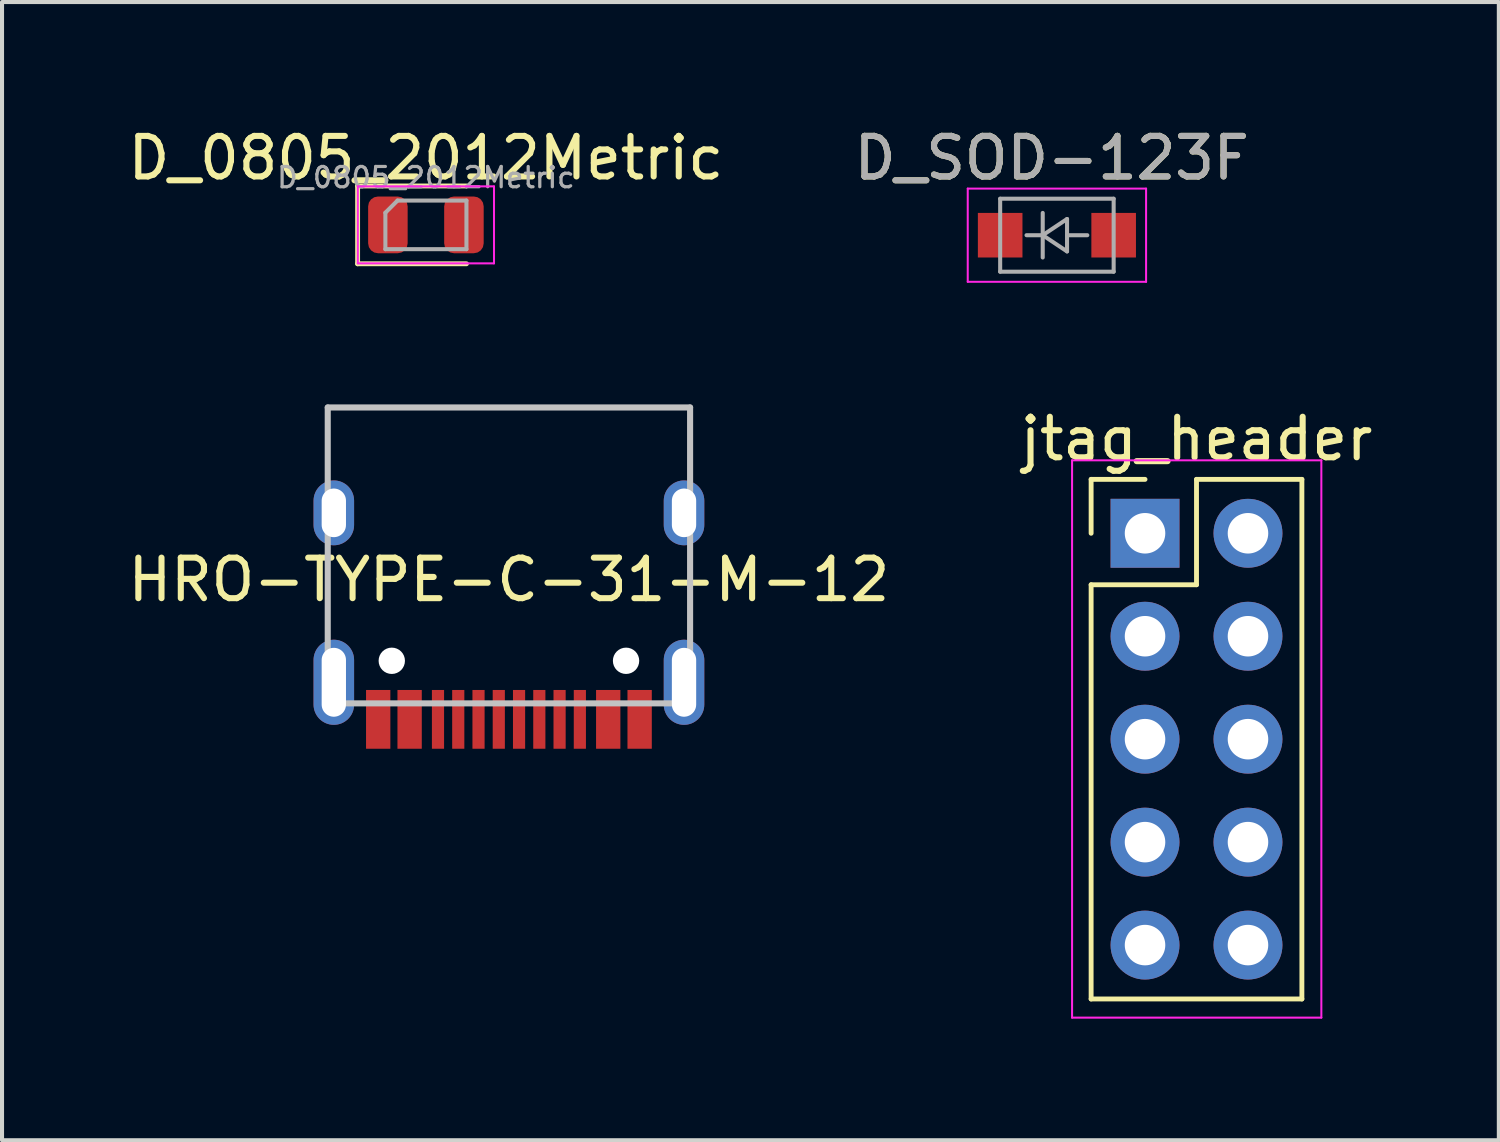
<source format=kicad_pcb>
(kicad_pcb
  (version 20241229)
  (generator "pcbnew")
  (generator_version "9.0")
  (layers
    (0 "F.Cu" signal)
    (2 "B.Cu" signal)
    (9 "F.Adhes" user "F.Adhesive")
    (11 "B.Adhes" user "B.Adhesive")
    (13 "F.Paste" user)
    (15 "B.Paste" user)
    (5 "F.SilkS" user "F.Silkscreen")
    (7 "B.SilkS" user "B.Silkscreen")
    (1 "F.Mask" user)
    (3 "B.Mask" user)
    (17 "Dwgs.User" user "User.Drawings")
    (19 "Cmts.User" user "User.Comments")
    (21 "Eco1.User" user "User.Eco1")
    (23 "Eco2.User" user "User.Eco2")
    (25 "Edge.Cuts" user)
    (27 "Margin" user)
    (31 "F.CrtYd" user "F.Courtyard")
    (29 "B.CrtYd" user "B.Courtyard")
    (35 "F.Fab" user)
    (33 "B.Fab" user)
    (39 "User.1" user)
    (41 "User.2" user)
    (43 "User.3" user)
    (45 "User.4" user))
  (footprint "D_SOD-123F"
    (layer "F.Cu")
    (at 23.026 2.753)
    (property "Reference" "D_SOD-123F" (at -0.127 -1.905 180) (layer "F.SilkS") (effects (font (size 1 1) (thickness 0.15))))
    (attr smd)
    (fp_line (start -2.2 -1.15) (end -2.2 1.15) (stroke (width 0.05) (type solid)) (layer "F.CrtYd"))
    (fp_line (start -2.2 -1.15) (end 2.2 -1.15) (stroke (width 0.05) (type solid)) (layer "F.CrtYd"))
    (fp_line (start 2.2 -1.15) (end 2.2 1.15) (stroke (width 0.05) (type solid)) (layer "F.CrtYd"))
    (fp_line (start 2.2 1.15) (end -2.2 1.15) (stroke (width 0.05) (type solid)) (layer "F.CrtYd"))
    (fp_line (start -1.4 -0.9) (end 1.4 -0.9) (stroke (width 0.1) (type solid)) (layer "F.Fab"))
    (fp_line (start -1.4 0.9) (end -1.4 -0.9) (stroke (width 0.1) (type solid)) (layer "F.Fab"))
    (fp_line (start -0.75 0) (end -0.35 0) (stroke (width 0.1) (type solid)) (layer "F.Fab"))
    (fp_line (start -0.35 0) (end -0.35 -0.55) (stroke (width 0.1) (type solid)) (layer "F.Fab"))
    (fp_line (start -0.35 0) (end -0.35 0.55) (stroke (width 0.1) (type solid)) (layer "F.Fab"))
    (fp_line (start -0.35 0) (end 0.25 -0.4) (stroke (width 0.1) (type solid)) (layer "F.Fab"))
    (fp_line (start 0.25 -0.4) (end 0.25 0.4) (stroke (width 0.1) (type solid)) (layer "F.Fab"))
    (fp_line (start 0.25 0) (end 0.75 0) (stroke (width 0.1) (type solid)) (layer "F.Fab"))
    (fp_line (start 0.25 0.4) (end -0.35 0) (stroke (width 0.1) (type solid)) (layer "F.Fab"))
    (fp_line (start 1.4 -0.9) (end 1.4 0.9) (stroke (width 0.1) (type solid)) (layer "F.Fab"))
    (fp_line (start 1.4 0.9) (end -1.4 0.9) (stroke (width 0.1) (type solid)) (layer "F.Fab"))
    (fp_text user "${REFERENCE}" (at -0.127 -1.905 180) (layer "F.Fab") (effects (font (size 1 1) (thickness 0.15))))
    (pad "1" smd rect (at -1.4 0) (size 1.1 1.1) (layers "F.Cu" "F.Mask" "F.Paste"))
    (pad "2" smd rect (at 1.4 0) (size 1.1 1.1) (layers "F.Cu" "F.Mask" "F.Paste")))
  (footprint "D_0805_2012Metric"
    (layer "F.Cu")
    (at 7.458 2.498)
    (property "Reference" "D_0805_2012Metric" (at 0 -1.65 0) (layer "F.SilkS") (effects (font (size 1 1) (thickness 0.15))))
    (attr smd)
    (fp_line (start -1.685 -0.96) (end -1.685 0.96) (stroke (width 0.12) (type solid)) (layer "F.SilkS"))
    (fp_line (start -1.685 0.96) (end 1 0.96) (stroke (width 0.12) (type solid)) (layer "F.SilkS"))
    (fp_line (start 1 -0.96) (end -1.685 -0.96) (stroke (width 0.12) (type solid)) (layer "F.SilkS"))
    (fp_line (start -1.68 -0.95) (end 1.68 -0.95) (stroke (width 0.05) (type solid)) (layer "F.CrtYd"))
    (fp_line (start -1.68 0.95) (end -1.68 -0.95) (stroke (width 0.05) (type solid)) (layer "F.CrtYd"))
    (fp_line (start 1.68 -0.95) (end 1.68 0.95) (stroke (width 0.05) (type solid)) (layer "F.CrtYd"))
    (fp_line (start 1.68 0.95) (end -1.68 0.95) (stroke (width 0.05) (type solid)) (layer "F.CrtYd"))
    (fp_line (start -1 -0.3) (end -1 0.6) (stroke (width 0.1) (type solid)) (layer "F.Fab"))
    (fp_line (start -1 0.6) (end 1 0.6) (stroke (width 0.1) (type solid)) (layer "F.Fab"))
    (fp_line (start -0.7 -0.6) (end -1 -0.3) (stroke (width 0.1) (type solid)) (layer "F.Fab"))
    (fp_line (start 1 -0.6) (end -0.7 -0.6) (stroke (width 0.1) (type solid)) (layer "F.Fab"))
    (fp_line (start 1 0.6) (end 1 -0.6) (stroke (width 0.1) (type solid)) (layer "F.Fab"))
    (fp_text user "${REFERENCE}" (at 0 -1.168 0) (layer "F.Fab") (effects (font (size 0.5 0.5) (thickness 0.08))))
    (pad "1" smd roundrect (at -0.938 0) (size 0.975 1.4) (layers "F.Cu" "F.Mask" "F.Paste") (roundrect_rratio 0.25))
    (pad "2" smd roundrect (at 0.938 0) (size 0.975 1.4) (layers "F.Cu" "F.Mask" "F.Paste") (roundrect_rratio 0.25)))
  (footprint "HRO-TYPE-C-31-M-12"
    (layer "F.Cu")
    (at 9.506 16.753)
    (property "Reference" "HRO-TYPE-C-31-M-12" (at 0 -5.5 180) (layer "F.SilkS") (effects (font (size 1 1) (thickness 0.15))))
    (attr smd)
    (fp_line (start -4.47 -9.75) (end -4.47 -2.45) (stroke (width 0.15) (type solid)) (layer "Dwgs.User"))
    (fp_line (start 4.47 -9.75) (end -4.47 -9.75) (stroke (width 0.15) (type solid)) (layer "Dwgs.User"))
    (fp_line (start 4.47 -9.75) (end 4.47 -2.45) (stroke (width 0.15) (type solid)) (layer "Dwgs.User"))
    (fp_line (start 4.47 -2.45) (end -4.47 -2.45) (stroke (width 0.15) (type solid)) (layer "Dwgs.User"))
    (pad "" np_thru_hole circle (at -2.89 -3.5 180) (size 0.65 0.65) (drill 0.65) (layers "*.Cu" "*.Mask"))
    (pad "" np_thru_hole circle (at 2.89 -3.5 180) (size 0.65 0.65) (drill 0.65) (layers "*.Cu" "*.Mask"))
    (pad "A1" smd rect (at -3.225 -2.055 180) (size 0.6 1.45) (layers "F.Cu" "F.Mask" "F.Paste"))
    (pad "A4" smd rect (at -2.45 -2.055 180) (size 0.6 1.45) (layers "F.Cu" "F.Mask" "F.Paste"))
    (pad "A5" smd rect (at -1.25 -2.055 180) (size 0.3 1.45) (layers "F.Cu" "F.Mask" "F.Paste"))
    (pad "A6" smd rect (at -0.25 -2.055 180) (size 0.3 1.45) (layers "F.Cu" "F.Mask" "F.Paste"))
    (pad "A7" smd rect (at 0.25 -2.055 180) (size 0.3 1.45) (layers "F.Cu" "F.Mask" "F.Paste"))
    (pad "A8" smd rect (at 1.25 -2.055 180) (size 0.3 1.45) (layers "F.Cu" "F.Mask" "F.Paste"))
    (pad "B1" smd rect (at 3.225 -2.055 180) (size 0.6 1.45) (layers "F.Cu" "F.Mask" "F.Paste"))
    (pad "B4" smd rect (at 2.45 -2.055 180) (size 0.6 1.45) (layers "F.Cu" "F.Mask" "F.Paste"))
    (pad "B5" smd rect (at 1.75 -2.055 180) (size 0.3 1.45) (layers "F.Cu" "F.Mask" "F.Paste"))
    (pad "B6" smd rect (at 0.75 -2.055 180) (size 0.3 1.45) (layers "F.Cu" "F.Mask" "F.Paste"))
    (pad "B7" smd rect (at -0.75 -2.055 180) (size 0.3 1.45) (layers "F.Cu" "F.Mask" "F.Paste"))
    (pad "B8" smd rect (at -1.75 -2.055 180) (size 0.3 1.45) (layers "F.Cu" "F.Mask" "F.Paste"))
    (pad "S1" thru_hole oval (at -4.32 -2.97 180) (size 1 2.1) (drill oval 0.6 1.7) (layers "*.Cu" "B.Mask"))
    (pad "S2" thru_hole oval (at -4.32 -7.15 180) (size 1 1.6) (drill oval 0.6 1.2) (layers "*.Cu" "B.Mask"))
    (pad "S3" thru_hole oval (at 4.32 -7.15 180) (size 1 1.6) (drill oval 0.6 1.2) (layers "*.Cu" "B.Mask"))
    (pad "S4" thru_hole oval (at 4.32 -2.97 180) (size 1 2.1) (drill oval 0.6 1.7) (layers "*.Cu" "B.Mask")))
  (footprint "jtag_header"
    (layer "F.Cu")
    (at 25.2 10.107)
    (property "Reference" "jtag_header" (at 1.27 -2.33 0) (layer "F.SilkS") (effects (font (size 1 1) (thickness 0.15))))
    (attr through_hole)
    (fp_line (start -1.33 -1.33) (end 0 -1.33) (stroke (width 0.12) (type solid)) (layer "F.SilkS"))
    (fp_line (start -1.33 0) (end -1.33 -1.33) (stroke (width 0.12) (type solid)) (layer "F.SilkS"))
    (fp_line (start -1.33 1.27) (end -1.33 11.49) (stroke (width 0.12) (type solid)) (layer "F.SilkS"))
    (fp_line (start -1.33 1.27) (end 1.27 1.27) (stroke (width 0.12) (type solid)) (layer "F.SilkS"))
    (fp_line (start -1.33 11.49) (end 3.87 11.49) (stroke (width 0.12) (type solid)) (layer "F.SilkS"))
    (fp_line (start 1.27 -1.33) (end 3.87 -1.33) (stroke (width 0.12) (type solid)) (layer "F.SilkS"))
    (fp_line (start 1.27 1.27) (end 1.27 -1.33) (stroke (width 0.12) (type solid)) (layer "F.SilkS"))
    (fp_line (start 3.87 -1.33) (end 3.87 11.49) (stroke (width 0.12) (type solid)) (layer "F.SilkS"))
    (fp_line (start -1.8 -1.8) (end -1.8 11.95) (stroke (width 0.05) (type solid)) (layer "F.CrtYd"))
    (fp_line (start -1.8 11.95) (end 4.35 11.95) (stroke (width 0.05) (type solid)) (layer "F.CrtYd"))
    (fp_line (start 4.35 -1.8) (end -1.8 -1.8) (stroke (width 0.05) (type solid)) (layer "F.CrtYd"))
    (fp_line (start 4.35 11.95) (end 4.35 -1.8) (stroke (width 0.05) (type solid)) (layer "F.CrtYd"))
    (pad "1" thru_hole rect (at 0 0) (size 1.7 1.7) (drill 1) (layers "*.Cu" "*.Mask"))
    (pad "2" thru_hole oval (at 2.54 0) (size 1.7 1.7) (drill 1) (layers "*.Cu" "*.Mask"))
    (pad "3" thru_hole oval (at 0 2.54) (size 1.7 1.7) (drill 1) (layers "*.Cu" "*.Mask"))
    (pad "4" thru_hole oval (at 2.54 2.54) (size 1.7 1.7) (drill 1) (layers "*.Cu" "*.Mask"))
    (pad "5" thru_hole oval (at 0 5.08) (size 1.7 1.7) (drill 1) (layers "*.Cu" "*.Mask"))
    (pad "6" thru_hole oval (at 2.54 5.08) (size 1.7 1.7) (drill 1) (layers "*.Cu" "*.Mask"))
    (pad "7" thru_hole oval (at 0 7.62) (size 1.7 1.7) (drill 1) (layers "*.Cu" "*.Mask"))
    (pad "8" thru_hole oval (at 2.54 7.62) (size 1.7 1.7) (drill 1) (layers "*.Cu" "*.Mask"))
    (pad "9" thru_hole oval (at 0 10.16) (size 1.7 1.7) (drill 1) (layers "*.Cu" "*.Mask"))
    (pad "10" thru_hole oval (at 2.54 10.16) (size 1.7 1.7) (drill 1) (layers "*.Cu" "*.Mask")))
  (gr_rect
    (start -3 -3)
    (end 33.929 25.081)
    (stroke (width 0.1) (type default))
    (fill no)
    (layer "Edge.Cuts")))
</source>
